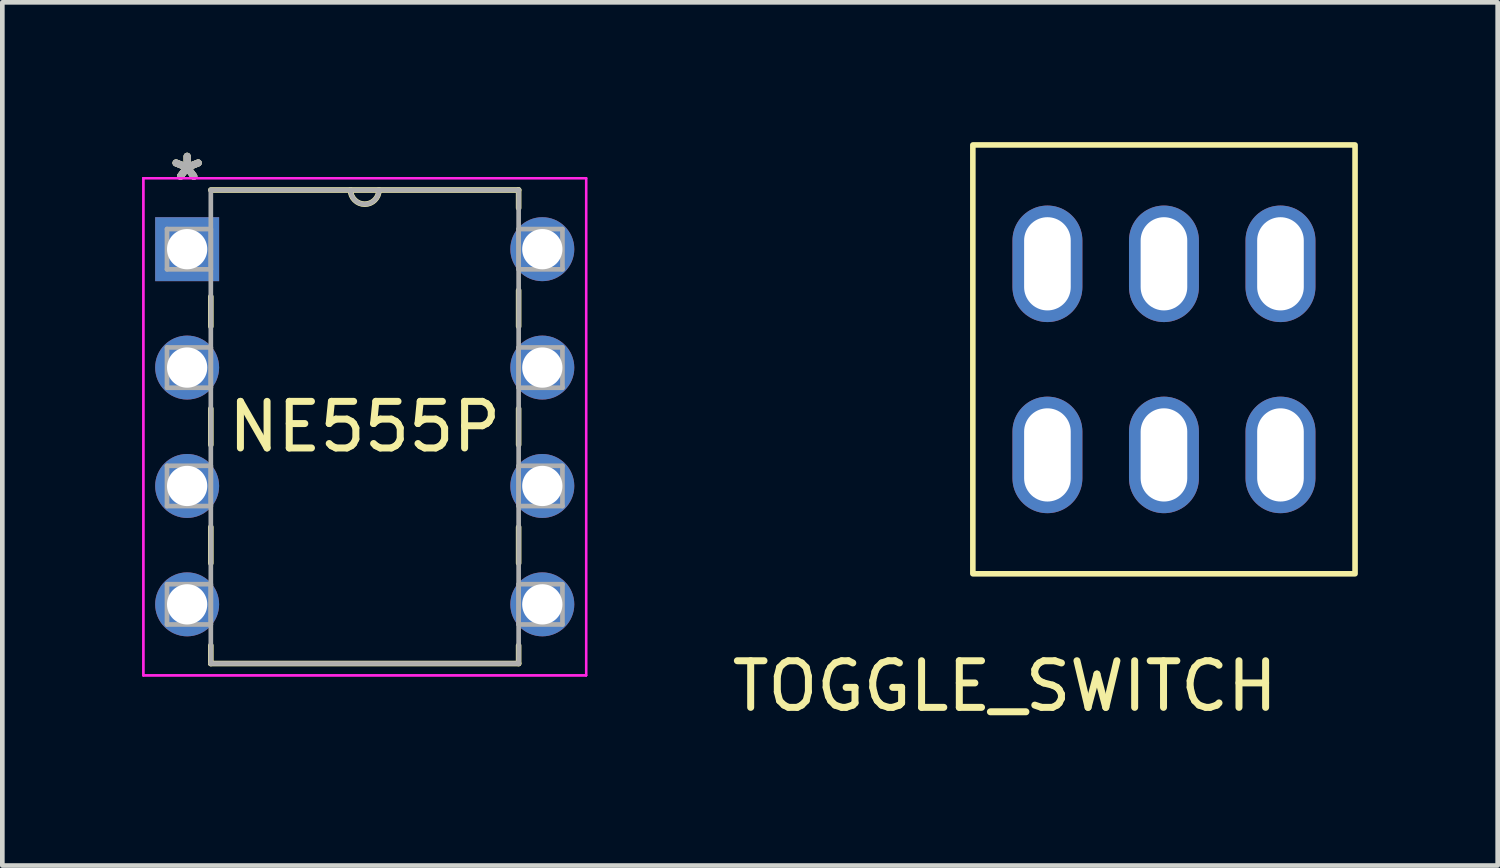
<source format=kicad_pcb>
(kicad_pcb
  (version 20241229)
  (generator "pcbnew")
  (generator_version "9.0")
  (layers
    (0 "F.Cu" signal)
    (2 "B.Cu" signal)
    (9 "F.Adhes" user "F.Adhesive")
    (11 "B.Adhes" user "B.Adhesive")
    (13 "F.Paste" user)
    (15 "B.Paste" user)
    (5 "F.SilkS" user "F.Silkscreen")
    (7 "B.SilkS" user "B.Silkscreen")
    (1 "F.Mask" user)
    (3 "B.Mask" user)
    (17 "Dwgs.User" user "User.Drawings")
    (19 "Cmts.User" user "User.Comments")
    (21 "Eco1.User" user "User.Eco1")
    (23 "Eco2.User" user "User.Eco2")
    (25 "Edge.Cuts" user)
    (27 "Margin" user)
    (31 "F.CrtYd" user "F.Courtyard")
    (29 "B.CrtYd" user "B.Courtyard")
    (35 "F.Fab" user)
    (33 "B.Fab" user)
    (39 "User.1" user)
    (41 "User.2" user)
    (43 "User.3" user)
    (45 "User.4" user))
  (footprint "NE555P"
    (layer "F.Cu")
    (at 8.585 9.916)
    (property "Reference" "NE555P" (at -3.81 -3.81 0) (layer "F.SilkS") (effects (font (size 1 1) (thickness 0.15))))
    (attr through_hole)
    (fp_line (start -7.112 -6.601) (end -7.112 -5.963) (stroke (width 0.12) (type solid)) (layer "F.SilkS"))
    (fp_line (start -7.112 -4.197) (end -7.112 -3.423) (stroke (width 0.12) (type solid)) (layer "F.SilkS"))
    (fp_line (start -7.112 -1.657) (end -7.112 -0.883) (stroke (width 0.12) (type solid)) (layer "F.SilkS"))
    (fp_line (start -7.112 0.883) (end -7.112 1.27) (stroke (width 0.12) (type solid)) (layer "F.SilkS"))
    (fp_line (start -7.112 1.27) (end -0.508 1.27) (stroke (width 0.12) (type solid)) (layer "F.SilkS"))
    (fp_line (start -0.508 -8.89) (end -7.112 -8.89) (stroke (width 0.12) (type solid)) (layer "F.SilkS"))
    (fp_line (start -0.508 -8.503) (end -0.508 -8.89) (stroke (width 0.12) (type solid)) (layer "F.SilkS"))
    (fp_line (start -0.508 -5.963) (end -0.508 -6.737) (stroke (width 0.12) (type solid)) (layer "F.SilkS"))
    (fp_line (start -0.508 -3.423) (end -0.508 -4.197) (stroke (width 0.12) (type solid)) (layer "F.SilkS"))
    (fp_line (start -0.508 -0.883) (end -0.508 -1.657) (stroke (width 0.12) (type solid)) (layer "F.SilkS"))
    (fp_line (start -0.508 1.27) (end -0.508 0.883) (stroke (width 0.12) (type solid)) (layer "F.SilkS"))
    (fp_arc (start -3.5052 -8.89) (mid -3.81 -8.5852) (end -4.1148 -8.89) (stroke (width 0.12) (type solid)) (layer "F.SilkS"))
    (fp_line (start -8.56 -9.144) (end -8.56 1.524) (stroke (width 0.05) (type solid)) (layer "F.CrtYd"))
    (fp_line (start -8.56 -9.144) (end 0.94 -9.144) (stroke (width 0.05) (type solid)) (layer "F.CrtYd"))
    (fp_line (start -8.56 1.524) (end -8.56 -9.144) (stroke (width 0.05) (type solid)) (layer "F.CrtYd"))
    (fp_line (start -8.56 1.524) (end 0.94 1.524) (stroke (width 0.05) (type solid)) (layer "F.CrtYd"))
    (fp_line (start 0.94 -9.144) (end -8.56 -9.144) (stroke (width 0.05) (type solid)) (layer "F.CrtYd"))
    (fp_line (start 0.94 -9.144) (end 0.94 1.524) (stroke (width 0.05) (type solid)) (layer "F.CrtYd"))
    (fp_line (start 0.94 1.524) (end -8.56 1.524) (stroke (width 0.05) (type solid)) (layer "F.CrtYd"))
    (fp_line (start 0.94 1.524) (end 0.94 -9.144) (stroke (width 0.05) (type solid)) (layer "F.CrtYd"))
    (fp_line (start -8.052 -8.052) (end -8.052 -7.188) (stroke (width 0.1) (type solid)) (layer "F.Fab"))
    (fp_line (start -8.052 -7.188) (end -7.112 -7.188) (stroke (width 0.1) (type solid)) (layer "F.Fab"))
    (fp_line (start -8.052 -5.512) (end -8.052 -4.648) (stroke (width 0.1) (type solid)) (layer "F.Fab"))
    (fp_line (start -8.052 -4.648) (end -7.112 -4.648) (stroke (width 0.1) (type solid)) (layer "F.Fab"))
    (fp_line (start -8.052 -2.972) (end -8.052 -2.108) (stroke (width 0.1) (type solid)) (layer "F.Fab"))
    (fp_line (start -8.052 -2.108) (end -7.112 -2.108) (stroke (width 0.1) (type solid)) (layer "F.Fab"))
    (fp_line (start -8.052 -0.432) (end -8.052 0.432) (stroke (width 0.1) (type solid)) (layer "F.Fab"))
    (fp_line (start -8.052 0.432) (end -7.112 0.432) (stroke (width 0.1) (type solid)) (layer "F.Fab"))
    (fp_line (start -7.112 -8.89) (end -7.112 1.27) (stroke (width 0.1) (type solid)) (layer "F.Fab"))
    (fp_line (start -7.112 -8.052) (end -8.052 -8.052) (stroke (width 0.1) (type solid)) (layer "F.Fab"))
    (fp_line (start -7.112 -7.188) (end -7.112 -8.052) (stroke (width 0.1) (type solid)) (layer "F.Fab"))
    (fp_line (start -7.112 -5.512) (end -8.052 -5.512) (stroke (width 0.1) (type solid)) (layer "F.Fab"))
    (fp_line (start -7.112 -4.648) (end -7.112 -5.512) (stroke (width 0.1) (type solid)) (layer "F.Fab"))
    (fp_line (start -7.112 -2.972) (end -8.052 -2.972) (stroke (width 0.1) (type solid)) (layer "F.Fab"))
    (fp_line (start -7.112 -2.108) (end -7.112 -2.972) (stroke (width 0.1) (type solid)) (layer "F.Fab"))
    (fp_line (start -7.112 -0.432) (end -8.052 -0.432) (stroke (width 0.1) (type solid)) (layer "F.Fab"))
    (fp_line (start -7.112 0.432) (end -7.112 -0.432) (stroke (width 0.1) (type solid)) (layer "F.Fab"))
    (fp_line (start -7.112 1.27) (end -0.508 1.27) (stroke (width 0.1) (type solid)) (layer "F.Fab"))
    (fp_line (start -0.508 -8.89) (end -7.112 -8.89) (stroke (width 0.1) (type solid)) (layer "F.Fab"))
    (fp_line (start -0.508 -8.052) (end -0.508 -7.188) (stroke (width 0.1) (type solid)) (layer "F.Fab"))
    (fp_line (start -0.508 -7.188) (end 0.432 -7.188) (stroke (width 0.1) (type solid)) (layer "F.Fab"))
    (fp_line (start -0.508 -5.512) (end -0.508 -4.648) (stroke (width 0.1) (type solid)) (layer "F.Fab"))
    (fp_line (start -0.508 -4.648) (end 0.432 -4.648) (stroke (width 0.1) (type solid)) (layer "F.Fab"))
    (fp_line (start -0.508 -2.972) (end -0.508 -2.108) (stroke (width 0.1) (type solid)) (layer "F.Fab"))
    (fp_line (start -0.508 -2.108) (end 0.432 -2.108) (stroke (width 0.1) (type solid)) (layer "F.Fab"))
    (fp_line (start -0.508 -0.432) (end -0.508 0.432) (stroke (width 0.1) (type solid)) (layer "F.Fab"))
    (fp_line (start -0.508 0.432) (end 0.432 0.432) (stroke (width 0.1) (type solid)) (layer "F.Fab"))
    (fp_line (start -0.508 1.27) (end -0.508 -8.89) (stroke (width 0.1) (type solid)) (layer "F.Fab"))
    (fp_line (start 0.432 -8.052) (end -0.508 -8.052) (stroke (width 0.1) (type solid)) (layer "F.Fab"))
    (fp_line (start 0.432 -7.188) (end 0.432 -8.052) (stroke (width 0.1) (type solid)) (layer "F.Fab"))
    (fp_line (start 0.432 -5.512) (end -0.508 -5.512) (stroke (width 0.1) (type solid)) (layer "F.Fab"))
    (fp_line (start 0.432 -4.648) (end 0.432 -5.512) (stroke (width 0.1) (type solid)) (layer "F.Fab"))
    (fp_line (start 0.432 -2.972) (end -0.508 -2.972) (stroke (width 0.1) (type solid)) (layer "F.Fab"))
    (fp_line (start 0.432 -2.108) (end 0.432 -2.972) (stroke (width 0.1) (type solid)) (layer "F.Fab"))
    (fp_line (start 0.432 -0.432) (end -0.508 -0.432) (stroke (width 0.1) (type solid)) (layer "F.Fab"))
    (fp_line (start 0.432 0.432) (end 0.432 -0.432) (stroke (width 0.1) (type solid)) (layer "F.Fab"))
    (fp_arc (start -3.5052 -8.89) (mid -3.81 -8.5852) (end -4.1148 -8.89) (stroke (width 0.1) (type solid)) (layer "F.Fab"))
    (fp_text user "*" (at -7.62 -9.068 0) (layer "F.SilkS") (effects (font (size 1 1) (thickness 0.15))))
    (fp_text user "*" (at -7.62 -9.068 0) (layer "F.SilkS") (effects (font (size 1 1) (thickness 0.15))))
    (fp_text user "*" (at -7.62 -9.068 0) (layer "F.Fab") (effects (font (size 1 1) (thickness 0.15))))
    (fp_text user "*" (at -7.62 -9.068 0) (layer "F.Fab") (effects (font (size 1 1) (thickness 0.15))))
    (pad "1" thru_hole rect (at -7.62 -7.62) (size 1.372 1.372) (drill 0.864) (layers "*.Cu" "*.Mask"))
    (pad "2" thru_hole circle (at -7.62 -5.08) (size 1.372 1.372) (drill 0.864) (layers "*.Cu" "*.Mask"))
    (pad "3" thru_hole circle (at -7.62 -2.54) (size 1.372 1.372) (drill 0.864) (layers "*.Cu" "*.Mask"))
    (pad "4" thru_hole circle (at -7.62 0) (size 1.372 1.372) (drill 0.864) (layers "*.Cu" "*.Mask"))
    (pad "5" thru_hole circle (at 0 0) (size 1.372 1.372) (drill 0.864) (layers "*.Cu" "*.Mask"))
    (pad "6" thru_hole circle (at 0 -2.54) (size 1.372 1.372) (drill 0.864) (layers "*.Cu" "*.Mask"))
    (pad "7" thru_hole circle (at 0 -5.08) (size 1.372 1.372) (drill 0.864) (layers "*.Cu" "*.Mask"))
    (pad "8" thru_hole circle (at 0 -7.62) (size 1.372 1.372) (drill 0.864) (layers "*.Cu" "*.Mask")))
  (footprint "TOGGLE_SWITCH"
    (layer "F.Cu")
    (at 18.508 12.171)
    (property "Reference" "TOGGLE_SWITCH" (at 0 -0.5 0) (unlocked yes) (layer "F.SilkS") (effects (font (size 1 1) (thickness 0.15))))
    (attr through_hole)
    (fp_rect (start -0.686 -2.911) (end 7.514 -12.111) (stroke (width 0.12) (type solid)) (fill no) (layer "F.SilkS"))
    (pad "1" thru_hole oval (at 0.914 -9.561 270) (size 2.5 1.5) (drill oval 2 1) (layers "*.Cu" "*.Mask"))
    (pad "2" thru_hole oval (at 3.414 -9.561 270) (size 2.5 1.5) (drill oval 2 1) (layers "*.Cu" "*.Mask"))
    (pad "3" thru_hole oval (at 5.914 -9.561 270) (size 2.5 1.5) (drill oval 2 1) (layers "*.Cu" "*.Mask"))
    (pad "4" thru_hole oval (at 0.914 -5.461 270) (size 2.5 1.5) (drill oval 2 1) (layers "*.Cu" "*.Mask"))
    (pad "5" thru_hole oval (at 3.414 -5.461 270) (size 2.5 1.5) (drill oval 2 1) (layers "*.Cu" "*.Mask"))
    (pad "6" thru_hole oval (at 5.914 -5.461 270) (size 2.5 1.5) (drill oval 2 1) (layers "*.Cu" "*.Mask")))
  (gr_rect
    (start -3 -3)
    (end 29.082 15.519)
    (stroke (width 0.1) (type default))
    (fill no)
    (layer "Edge.Cuts")))
</source>
